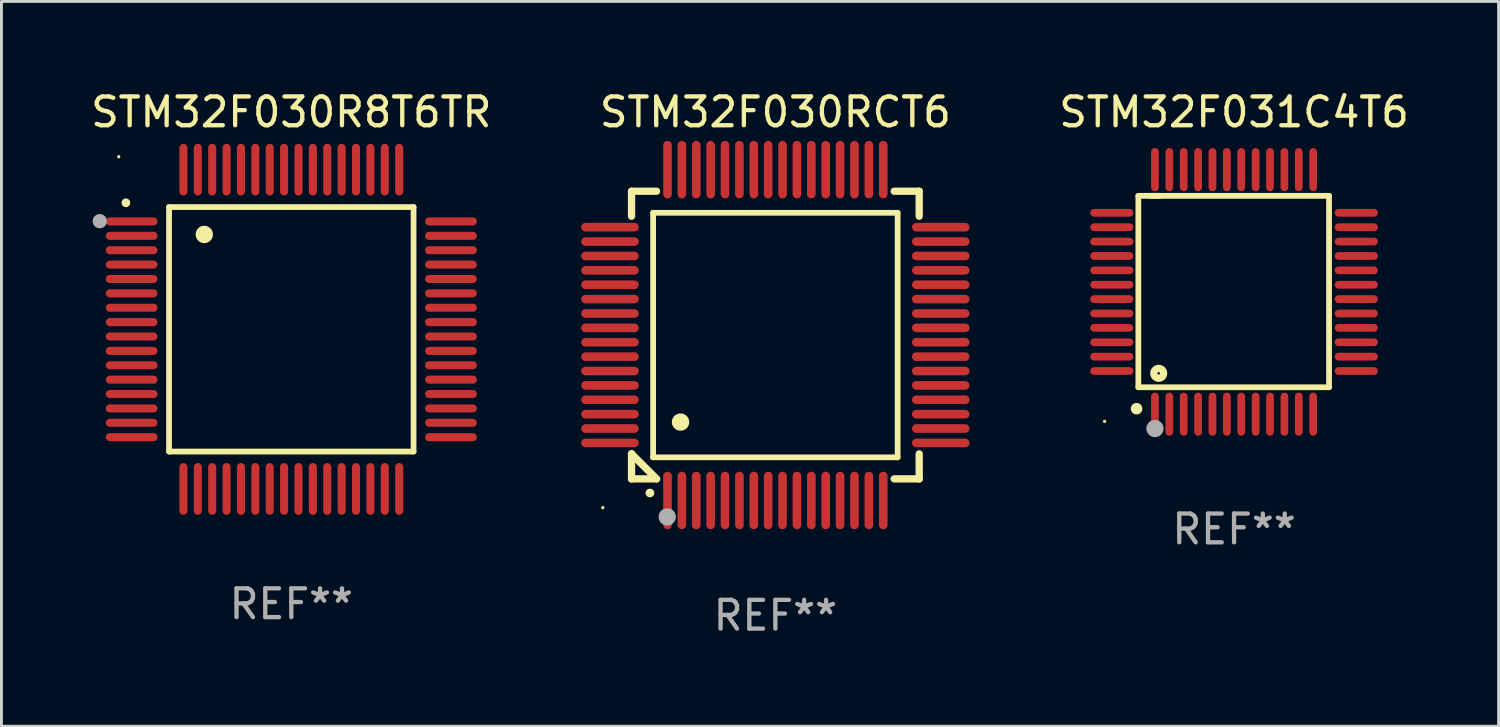
<source format=kicad_pcb>
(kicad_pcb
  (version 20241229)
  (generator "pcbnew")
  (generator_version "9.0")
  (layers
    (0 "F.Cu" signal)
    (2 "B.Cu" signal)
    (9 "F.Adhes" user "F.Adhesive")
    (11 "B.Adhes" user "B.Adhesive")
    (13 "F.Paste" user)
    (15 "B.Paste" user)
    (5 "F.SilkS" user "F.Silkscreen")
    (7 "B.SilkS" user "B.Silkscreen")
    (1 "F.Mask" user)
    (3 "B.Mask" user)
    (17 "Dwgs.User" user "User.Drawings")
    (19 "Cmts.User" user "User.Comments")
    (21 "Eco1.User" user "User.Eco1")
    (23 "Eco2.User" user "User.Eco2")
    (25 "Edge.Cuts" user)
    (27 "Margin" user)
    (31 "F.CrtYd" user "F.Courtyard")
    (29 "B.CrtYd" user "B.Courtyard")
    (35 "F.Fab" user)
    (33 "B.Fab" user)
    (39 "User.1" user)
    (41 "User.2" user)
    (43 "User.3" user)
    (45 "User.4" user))
  (footprint "STM32F030R8T6TR"
    (layer "F.Cu")
    (at 7.077 8.398)
    (property "Reference" "STM32F030R8T6TR" (at 0 -7.55 0) (layer "F.SilkS") (effects (font (size 1 1) (thickness 0.15))))
    (attr through_hole)
    (fp_line (start -4.25 -4.25) (end -4.25 4.25) (stroke (width 0.2) (type solid)) (layer "F.SilkS"))
    (fp_line (start -4.25 4.25) (end 4.25 4.25) (stroke (width 0.2) (type solid)) (layer "F.SilkS"))
    (fp_line (start 4.25 -4.25) (end -4.25 -4.25) (stroke (width 0.2) (type solid)) (layer "F.SilkS"))
    (fp_line (start 4.25 4.25) (end 4.25 -4.25) (stroke (width 0.2) (type solid)) (layer "F.SilkS"))
    (fp_arc (start -5.750572 -4.396749) (mid -5.750577 -4.398019) (end -5.750572 -4.399289) (stroke (width 0.3) (type solid)) (layer "F.SilkS"))
    (fp_arc (start -3.025146 -3.294387) (mid -3.025157 -3.296927) (end -3.025146 -3.299467) (stroke (width 0.6) (type solid)) (layer "F.SilkS"))
    (fp_circle (center -6 -6) (end -5.97 -6) (stroke (width 0.06) (type solid)) (fill no) (layer "F.SilkS"))
    (fp_circle (center -6.66 -3.76) (end -6.535 -3.76) (stroke (width 0.25) (type solid)) (fill no) (layer "F.Fab"))
    (fp_text user "REF**" (at 0 9.55 0) (layer "F.Fab") (effects (font (size 1 1) (thickness 0.15))))
    (pad "1" smd oval (at -5.55 -3.75) (size 1.8 0.28) (layers "F.Cu" "F.Mask" "F.Paste"))
    (pad "2" smd oval (at -5.55 -3.25) (size 1.8 0.28) (layers "F.Cu" "F.Mask" "F.Paste"))
    (pad "3" smd oval (at -5.55 -2.75) (size 1.8 0.28) (layers "F.Cu" "F.Mask" "F.Paste"))
    (pad "4" smd oval (at -5.55 -2.25) (size 1.8 0.28) (layers "F.Cu" "F.Mask" "F.Paste"))
    (pad "5" smd oval (at -5.55 -1.75) (size 1.8 0.28) (layers "F.Cu" "F.Mask" "F.Paste"))
    (pad "6" smd oval (at -5.55 -1.25) (size 1.8 0.28) (layers "F.Cu" "F.Mask" "F.Paste"))
    (pad "7" smd oval (at -5.55 -0.75) (size 1.8 0.28) (layers "F.Cu" "F.Mask" "F.Paste"))
    (pad "8" smd oval (at -5.55 -0.25) (size 1.8 0.28) (layers "F.Cu" "F.Mask" "F.Paste"))
    (pad "9" smd oval (at -5.55 0.25) (size 1.8 0.28) (layers "F.Cu" "F.Mask" "F.Paste"))
    (pad "10" smd oval (at -5.55 0.75) (size 1.8 0.28) (layers "F.Cu" "F.Mask" "F.Paste"))
    (pad "11" smd oval (at -5.55 1.25) (size 1.8 0.28) (layers "F.Cu" "F.Mask" "F.Paste"))
    (pad "12" smd oval (at -5.55 1.75) (size 1.8 0.28) (layers "F.Cu" "F.Mask" "F.Paste"))
    (pad "13" smd oval (at -5.55 2.25) (size 1.8 0.28) (layers "F.Cu" "F.Mask" "F.Paste"))
    (pad "14" smd oval (at -5.55 2.75) (size 1.8 0.28) (layers "F.Cu" "F.Mask" "F.Paste"))
    (pad "15" smd oval (at -5.55 3.25) (size 1.8 0.28) (layers "F.Cu" "F.Mask" "F.Paste"))
    (pad "16" smd oval (at -5.55 3.75) (size 1.8 0.28) (layers "F.Cu" "F.Mask" "F.Paste"))
    (pad "17" smd oval (at -3.75 5.55) (size 0.28 1.8) (layers "F.Cu" "F.Mask" "F.Paste"))
    (pad "18" smd oval (at -3.25 5.55) (size 0.28 1.8) (layers "F.Cu" "F.Mask" "F.Paste"))
    (pad "19" smd oval (at -2.75 5.55) (size 0.28 1.8) (layers "F.Cu" "F.Mask" "F.Paste"))
    (pad "20" smd oval (at -2.25 5.55) (size 0.28 1.8) (layers "F.Cu" "F.Mask" "F.Paste"))
    (pad "21" smd oval (at -1.75 5.55) (size 0.28 1.8) (layers "F.Cu" "F.Mask" "F.Paste"))
    (pad "22" smd oval (at -1.25 5.55) (size 0.28 1.8) (layers "F.Cu" "F.Mask" "F.Paste"))
    (pad "23" smd oval (at -0.75 5.55) (size 0.28 1.8) (layers "F.Cu" "F.Mask" "F.Paste"))
    (pad "24" smd oval (at -0.25 5.55) (size 0.28 1.8) (layers "F.Cu" "F.Mask" "F.Paste"))
    (pad "25" smd oval (at 0.25 5.55) (size 0.28 1.8) (layers "F.Cu" "F.Mask" "F.Paste"))
    (pad "26" smd oval (at 0.75 5.55) (size 0.28 1.8) (layers "F.Cu" "F.Mask" "F.Paste"))
    (pad "27" smd oval (at 1.25 5.55) (size 0.28 1.8) (layers "F.Cu" "F.Mask" "F.Paste"))
    (pad "28" smd oval (at 1.75 5.55) (size 0.28 1.8) (layers "F.Cu" "F.Mask" "F.Paste"))
    (pad "29" smd oval (at 2.25 5.55) (size 0.28 1.8) (layers "F.Cu" "F.Mask" "F.Paste"))
    (pad "30" smd oval (at 2.75 5.55) (size 0.28 1.8) (layers "F.Cu" "F.Mask" "F.Paste"))
    (pad "31" smd oval (at 3.25 5.55) (size 0.28 1.8) (layers "F.Cu" "F.Mask" "F.Paste"))
    (pad "32" smd oval (at 3.75 5.55) (size 0.28 1.8) (layers "F.Cu" "F.Mask" "F.Paste"))
    (pad "33" smd oval (at 5.55 3.75) (size 1.8 0.28) (layers "F.Cu" "F.Mask" "F.Paste"))
    (pad "34" smd oval (at 5.55 3.25) (size 1.8 0.28) (layers "F.Cu" "F.Mask" "F.Paste"))
    (pad "35" smd oval (at 5.55 2.75) (size 1.8 0.28) (layers "F.Cu" "F.Mask" "F.Paste"))
    (pad "36" smd oval (at 5.55 2.25) (size 1.8 0.28) (layers "F.Cu" "F.Mask" "F.Paste"))
    (pad "37" smd oval (at 5.55 1.75) (size 1.8 0.28) (layers "F.Cu" "F.Mask" "F.Paste"))
    (pad "38" smd oval (at 5.55 1.25) (size 1.8 0.28) (layers "F.Cu" "F.Mask" "F.Paste"))
    (pad "39" smd oval (at 5.55 0.75) (size 1.8 0.28) (layers "F.Cu" "F.Mask" "F.Paste"))
    (pad "40" smd oval (at 5.55 0.25) (size 1.8 0.28) (layers "F.Cu" "F.Mask" "F.Paste"))
    (pad "41" smd oval (at 5.55 -0.25) (size 1.8 0.28) (layers "F.Cu" "F.Mask" "F.Paste"))
    (pad "42" smd oval (at 5.55 -0.75) (size 1.8 0.28) (layers "F.Cu" "F.Mask" "F.Paste"))
    (pad "43" smd oval (at 5.55 -1.25) (size 1.8 0.28) (layers "F.Cu" "F.Mask" "F.Paste"))
    (pad "44" smd oval (at 5.55 -1.75) (size 1.8 0.28) (layers "F.Cu" "F.Mask" "F.Paste"))
    (pad "45" smd oval (at 5.55 -2.25) (size 1.8 0.28) (layers "F.Cu" "F.Mask" "F.Paste"))
    (pad "46" smd oval (at 5.55 -2.75) (size 1.8 0.28) (layers "F.Cu" "F.Mask" "F.Paste"))
    (pad "47" smd oval (at 5.55 -3.25) (size 1.8 0.28) (layers "F.Cu" "F.Mask" "F.Paste"))
    (pad "48" smd oval (at 5.55 -3.75) (size 1.8 0.28) (layers "F.Cu" "F.Mask" "F.Paste"))
    (pad "49" smd oval (at 3.75 -5.55) (size 0.28 1.8) (layers "F.Cu" "F.Mask" "F.Paste"))
    (pad "50" smd oval (at 3.25 -5.55) (size 0.28 1.8) (layers "F.Cu" "F.Mask" "F.Paste"))
    (pad "51" smd oval (at 2.75 -5.55) (size 0.28 1.8) (layers "F.Cu" "F.Mask" "F.Paste"))
    (pad "52" smd oval (at 2.25 -5.55) (size 0.28 1.8) (layers "F.Cu" "F.Mask" "F.Paste"))
    (pad "53" smd oval (at 1.75 -5.55) (size 0.28 1.8) (layers "F.Cu" "F.Mask" "F.Paste"))
    (pad "54" smd oval (at 1.25 -5.55) (size 0.28 1.8) (layers "F.Cu" "F.Mask" "F.Paste"))
    (pad "55" smd oval (at 0.75 -5.55) (size 0.28 1.8) (layers "F.Cu" "F.Mask" "F.Paste"))
    (pad "56" smd oval (at 0.25 -5.55) (size 0.28 1.8) (layers "F.Cu" "F.Mask" "F.Paste"))
    (pad "57" smd oval (at -0.25 -5.55) (size 0.28 1.8) (layers "F.Cu" "F.Mask" "F.Paste"))
    (pad "58" smd oval (at -0.75 -5.55) (size 0.28 1.8) (layers "F.Cu" "F.Mask" "F.Paste"))
    (pad "59" smd oval (at -1.25 -5.55) (size 0.28 1.8) (layers "F.Cu" "F.Mask" "F.Paste"))
    (pad "60" smd oval (at -1.75 -5.55) (size 0.28 1.8) (layers "F.Cu" "F.Mask" "F.Paste"))
    (pad "61" smd oval (at -2.25 -5.55) (size 0.28 1.8) (layers "F.Cu" "F.Mask" "F.Paste"))
    (pad "62" smd oval (at -2.75 -5.55) (size 0.28 1.8) (layers "F.Cu" "F.Mask" "F.Paste"))
    (pad "63" smd oval (at -3.25 -5.55) (size 0.28 1.8) (layers "F.Cu" "F.Mask" "F.Paste"))
    (pad "64" smd oval (at -3.75 -5.55) (size 0.28 1.8) (layers "F.Cu" "F.Mask" "F.Paste")))
  (footprint "STM32F030RCT6"
    (layer "F.Cu")
    (at 23.905 8.598)
    (property "Reference" "STM32F030RCT6" (at 0 -7.75 0) (layer "F.SilkS") (effects (font (size 1 1) (thickness 0.15))))
    (attr through_hole)
    (fp_line (start -5 -5) (end -4.131 -5) (stroke (width 0.254) (type solid)) (layer "F.SilkS"))
    (fp_line (start -5 -4.131) (end -5 -5) (stroke (width 0.254) (type solid)) (layer "F.SilkS"))
    (fp_line (start -5 4.131) (end -5 4.131) (stroke (width 0.254) (type solid)) (layer "F.SilkS"))
    (fp_line (start -5 5) (end -5 4.131) (stroke (width 0.254) (type solid)) (layer "F.SilkS"))
    (fp_line (start -5 4.131) (end -4.131 5) (stroke (width 0.254) (type solid)) (layer "F.SilkS"))
    (fp_line (start -4.25 -4.25) (end -4.25 4.25) (stroke (width 0.2) (type solid)) (layer "F.SilkS"))
    (fp_line (start -4.25 4.25) (end 4.25 4.25) (stroke (width 0.2) (type solid)) (layer "F.SilkS"))
    (fp_line (start -4.131 5) (end -5 5) (stroke (width 0.254) (type solid)) (layer "F.SilkS"))
    (fp_line (start 4.25 -4.25) (end -4.25 -4.25) (stroke (width 0.2) (type solid)) (layer "F.SilkS"))
    (fp_line (start 4.25 4.25) (end 4.25 -4.25) (stroke (width 0.2) (type solid)) (layer "F.SilkS"))
    (fp_line (start 5 -5) (end 4.131 -5) (stroke (width 0.254) (type solid)) (layer "F.SilkS"))
    (fp_line (start 5 -5) (end 5 -4.131) (stroke (width 0.254) (type solid)) (layer "F.SilkS"))
    (fp_line (start 5 4.131) (end 5 5) (stroke (width 0.254) (type solid)) (layer "F.SilkS"))
    (fp_line (start 5 5) (end 4.131 5) (stroke (width 0.254) (type solid)) (layer "F.SilkS"))
    (fp_arc (start -4.361265 5.489992) (mid -4.359995 5.489987) (end -4.358725 5.489992) (stroke (width 0.3) (type solid)) (layer "F.SilkS"))
    (fp_arc (start -3.299467 3.025146) (mid -3.296927 3.025135) (end -3.294387 3.025146) (stroke (width 0.6) (type solid)) (layer "F.SilkS"))
    (fp_circle (center -6 6) (end -5.97 6) (stroke (width 0.06) (type solid)) (fill no) (layer "F.SilkS"))
    (fp_circle (center -3.76 6.32) (end -3.61 6.32) (stroke (width 0.3) (type solid)) (fill no) (layer "F.Fab"))
    (fp_text user "REF**" (at 0 9.75 0) (layer "F.Fab") (effects (font (size 1 1) (thickness 0.15))))
    (pad "1" smd oval (at -3.75 5.75) (size 0.3 2) (layers "F.Cu" "F.Mask" "F.Paste"))
    (pad "2" smd oval (at -3.25 5.75) (size 0.3 2) (layers "F.Cu" "F.Mask" "F.Paste"))
    (pad "3" smd oval (at -2.75 5.75) (size 0.3 2) (layers "F.Cu" "F.Mask" "F.Paste"))
    (pad "4" smd oval (at -2.25 5.75) (size 0.3 2) (layers "F.Cu" "F.Mask" "F.Paste"))
    (pad "5" smd oval (at -1.75 5.75) (size 0.3 2) (layers "F.Cu" "F.Mask" "F.Paste"))
    (pad "6" smd oval (at -1.25 5.75) (size 0.3 2) (layers "F.Cu" "F.Mask" "F.Paste"))
    (pad "7" smd oval (at -0.75 5.75) (size 0.3 2) (layers "F.Cu" "F.Mask" "F.Paste"))
    (pad "8" smd oval (at -0.25 5.75) (size 0.3 2) (layers "F.Cu" "F.Mask" "F.Paste"))
    (pad "9" smd oval (at 0.25 5.75) (size 0.3 2) (layers "F.Cu" "F.Mask" "F.Paste"))
    (pad "10" smd oval (at 0.75 5.75) (size 0.3 2) (layers "F.Cu" "F.Mask" "F.Paste"))
    (pad "11" smd oval (at 1.25 5.75) (size 0.3 2) (layers "F.Cu" "F.Mask" "F.Paste"))
    (pad "12" smd oval (at 1.75 5.75) (size 0.3 2) (layers "F.Cu" "F.Mask" "F.Paste"))
    (pad "13" smd oval (at 2.25 5.75) (size 0.3 2) (layers "F.Cu" "F.Mask" "F.Paste"))
    (pad "14" smd oval (at 2.75 5.75) (size 0.3 2) (layers "F.Cu" "F.Mask" "F.Paste"))
    (pad "15" smd oval (at 3.25 5.75) (size 0.3 2) (layers "F.Cu" "F.Mask" "F.Paste"))
    (pad "16" smd oval (at 3.75 5.75) (size 0.3 2) (layers "F.Cu" "F.Mask" "F.Paste"))
    (pad "17" smd oval (at 5.75 3.75) (size 2 0.3) (layers "F.Cu" "F.Mask" "F.Paste"))
    (pad "18" smd oval (at 5.75 3.25) (size 2 0.3) (layers "F.Cu" "F.Mask" "F.Paste"))
    (pad "19" smd oval (at 5.75 2.75) (size 2 0.3) (layers "F.Cu" "F.Mask" "F.Paste"))
    (pad "20" smd oval (at 5.75 2.25) (size 2 0.3) (layers "F.Cu" "F.Mask" "F.Paste"))
    (pad "21" smd oval (at 5.75 1.75) (size 2 0.3) (layers "F.Cu" "F.Mask" "F.Paste"))
    (pad "22" smd oval (at 5.75 1.25) (size 2 0.3) (layers "F.Cu" "F.Mask" "F.Paste"))
    (pad "23" smd oval (at 5.75 0.75) (size 2 0.3) (layers "F.Cu" "F.Mask" "F.Paste"))
    (pad "24" smd oval (at 5.75 0.25) (size 2 0.3) (layers "F.Cu" "F.Mask" "F.Paste"))
    (pad "25" smd oval (at 5.75 -0.25) (size 2 0.3) (layers "F.Cu" "F.Mask" "F.Paste"))
    (pad "26" smd oval (at 5.75 -0.75) (size 2 0.3) (layers "F.Cu" "F.Mask" "F.Paste"))
    (pad "27" smd oval (at 5.75 -1.25) (size 2 0.3) (layers "F.Cu" "F.Mask" "F.Paste"))
    (pad "28" smd oval (at 5.75 -1.75) (size 2 0.3) (layers "F.Cu" "F.Mask" "F.Paste"))
    (pad "29" smd oval (at 5.75 -2.25) (size 2 0.3) (layers "F.Cu" "F.Mask" "F.Paste"))
    (pad "30" smd oval (at 5.75 -2.75) (size 2 0.3) (layers "F.Cu" "F.Mask" "F.Paste"))
    (pad "31" smd oval (at 5.75 -3.25) (size 2 0.3) (layers "F.Cu" "F.Mask" "F.Paste"))
    (pad "32" smd oval (at 5.75 -3.75) (size 2 0.3) (layers "F.Cu" "F.Mask" "F.Paste"))
    (pad "33" smd oval (at 3.75 -5.75) (size 0.3 2) (layers "F.Cu" "F.Mask" "F.Paste"))
    (pad "34" smd oval (at 3.25 -5.75) (size 0.3 2) (layers "F.Cu" "F.Mask" "F.Paste"))
    (pad "35" smd oval (at 2.75 -5.75) (size 0.3 2) (layers "F.Cu" "F.Mask" "F.Paste"))
    (pad "36" smd oval (at 2.25 -5.75) (size 0.3 2) (layers "F.Cu" "F.Mask" "F.Paste"))
    (pad "37" smd oval (at 1.75 -5.75) (size 0.3 2) (layers "F.Cu" "F.Mask" "F.Paste"))
    (pad "38" smd oval (at 1.25 -5.75) (size 0.3 2) (layers "F.Cu" "F.Mask" "F.Paste"))
    (pad "39" smd oval (at 0.75 -5.75) (size 0.3 2) (layers "F.Cu" "F.Mask" "F.Paste"))
    (pad "40" smd oval (at 0.25 -5.75) (size 0.3 2) (layers "F.Cu" "F.Mask" "F.Paste"))
    (pad "41" smd oval (at -0.25 -5.75) (size 0.3 2) (layers "F.Cu" "F.Mask" "F.Paste"))
    (pad "42" smd oval (at -0.75 -5.75) (size 0.3 2) (layers "F.Cu" "F.Mask" "F.Paste"))
    (pad "43" smd oval (at -1.25 -5.75) (size 0.3 2) (layers "F.Cu" "F.Mask" "F.Paste"))
    (pad "44" smd oval (at -1.75 -5.75) (size 0.3 2) (layers "F.Cu" "F.Mask" "F.Paste"))
    (pad "45" smd oval (at -2.25 -5.75) (size 0.3 2) (layers "F.Cu" "F.Mask" "F.Paste"))
    (pad "46" smd oval (at -2.75 -5.75) (size 0.3 2) (layers "F.Cu" "F.Mask" "F.Paste"))
    (pad "47" smd oval (at -3.25 -5.75) (size 0.3 2) (layers "F.Cu" "F.Mask" "F.Paste"))
    (pad "48" smd oval (at -3.75 -5.75) (size 0.3 2) (layers "F.Cu" "F.Mask" "F.Paste"))
    (pad "49" smd oval (at -5.75 -3.75) (size 2 0.3) (layers "F.Cu" "F.Mask" "F.Paste"))
    (pad "50" smd oval (at -5.75 -3.25) (size 2 0.3) (layers "F.Cu" "F.Mask" "F.Paste"))
    (pad "51" smd oval (at -5.75 -2.75) (size 2 0.3) (layers "F.Cu" "F.Mask" "F.Paste"))
    (pad "52" smd oval (at -5.75 -2.25) (size 2 0.3) (layers "F.Cu" "F.Mask" "F.Paste"))
    (pad "53" smd oval (at -5.75 -1.75) (size 2 0.3) (layers "F.Cu" "F.Mask" "F.Paste"))
    (pad "54" smd oval (at -5.75 -1.25) (size 2 0.3) (layers "F.Cu" "F.Mask" "F.Paste"))
    (pad "55" smd oval (at -5.75 -0.75) (size 2 0.3) (layers "F.Cu" "F.Mask" "F.Paste"))
    (pad "56" smd oval (at -5.75 -0.25) (size 2 0.3) (layers "F.Cu" "F.Mask" "F.Paste"))
    (pad "57" smd oval (at -5.75 0.25) (size 2 0.3) (layers "F.Cu" "F.Mask" "F.Paste"))
    (pad "58" smd oval (at -5.75 0.75) (size 2 0.3) (layers "F.Cu" "F.Mask" "F.Paste"))
    (pad "59" smd oval (at -5.75 1.25) (size 2 0.3) (layers "F.Cu" "F.Mask" "F.Paste"))
    (pad "60" smd oval (at -5.75 1.75) (size 2 0.3) (layers "F.Cu" "F.Mask" "F.Paste"))
    (pad "61" smd oval (at -5.75 2.25) (size 2 0.3) (layers "F.Cu" "F.Mask" "F.Paste"))
    (pad "62" smd oval (at -5.75 2.75) (size 2 0.3) (layers "F.Cu" "F.Mask" "F.Paste"))
    (pad "63" smd oval (at -5.75 3.25) (size 2 0.3) (layers "F.Cu" "F.Mask" "F.Paste"))
    (pad "64" smd oval (at -5.75 3.75) (size 2 0.3) (layers "F.Cu" "F.Mask" "F.Paste")))
  (footprint "STM32F031C4T6"
    (layer "F.Cu")
    (at 39.851 7.098)
    (property "Reference" "STM32F031C4T6" (at 0 -6.25 0) (layer "F.SilkS") (effects (font (size 1 1) (thickness 0.15))))
    (attr through_hole)
    (fp_line (start -3.327 -3.34) (end -2.565 -3.34) (stroke (width 0.2) (type solid)) (layer "F.SilkS"))
    (fp_line (start -3.327 3.315) (end -3.327 -3.34) (stroke (width 0.2) (type solid)) (layer "F.SilkS"))
    (fp_line (start -2.896 -3.34) (end 3.302 -3.34) (stroke (width 0.2) (type solid)) (layer "F.SilkS"))
    (fp_line (start 3.302 -3.34) (end 3.302 3.315) (stroke (width 0.2) (type solid)) (layer "F.SilkS"))
    (fp_line (start 3.302 3.315) (end -3.327 3.315) (stroke (width 0.2) (type solid)) (layer "F.SilkS"))
    (fp_arc (start -3.389992 4.059995) (mid -3.388722 4.059991) (end -3.387452 4.059995) (stroke (width 0.4) (type solid)) (layer "F.SilkS"))
    (fp_circle (center -4.5 4.5) (end -4.47 4.5) (stroke (width 0.06) (type solid)) (fill no) (layer "F.SilkS"))
    (fp_circle (center -2.62 2.83) (end -2.45 2.83) (stroke (width 0.254) (type solid)) (fill no) (layer "F.SilkS"))
    (fp_circle (center -2.75 4.75) (end -2.6 4.75) (stroke (width 0.3) (type solid)) (fill no) (layer "F.Fab"))
    (fp_text user "REF**" (at 0 8.25 0) (layer "F.Fab") (effects (font (size 1 1) (thickness 0.15))))
    (pad "1" smd oval (at -2.75 4.25) (size 0.27 1.5) (layers "F.Cu" "F.Mask" "F.Paste"))
    (pad "2" smd oval (at -2.25 4.25) (size 0.27 1.5) (layers "F.Cu" "F.Mask" "F.Paste"))
    (pad "3" smd oval (at -1.75 4.25) (size 0.27 1.5) (layers "F.Cu" "F.Mask" "F.Paste"))
    (pad "4" smd oval (at -1.25 4.25) (size 0.27 1.5) (layers "F.Cu" "F.Mask" "F.Paste"))
    (pad "5" smd oval (at -0.75 4.25) (size 0.27 1.5) (layers "F.Cu" "F.Mask" "F.Paste"))
    (pad "6" smd oval (at -0.25 4.25) (size 0.27 1.5) (layers "F.Cu" "F.Mask" "F.Paste"))
    (pad "7" smd oval (at 0.25 4.25) (size 0.27 1.5) (layers "F.Cu" "F.Mask" "F.Paste"))
    (pad "8" smd oval (at 0.75 4.25) (size 0.27 1.5) (layers "F.Cu" "F.Mask" "F.Paste"))
    (pad "9" smd oval (at 1.25 4.25) (size 0.27 1.5) (layers "F.Cu" "F.Mask" "F.Paste"))
    (pad "10" smd oval (at 1.75 4.25) (size 0.27 1.5) (layers "F.Cu" "F.Mask" "F.Paste"))
    (pad "11" smd oval (at 2.25 4.25) (size 0.27 1.5) (layers "F.Cu" "F.Mask" "F.Paste"))
    (pad "12" smd oval (at 2.75 4.25) (size 0.27 1.5) (layers "F.Cu" "F.Mask" "F.Paste"))
    (pad "13" smd oval (at 4.25 2.75) (size 1.5 0.27) (layers "F.Cu" "F.Mask" "F.Paste"))
    (pad "14" smd oval (at 4.25 2.25) (size 1.5 0.27) (layers "F.Cu" "F.Mask" "F.Paste"))
    (pad "15" smd oval (at 4.25 1.75) (size 1.5 0.27) (layers "F.Cu" "F.Mask" "F.Paste"))
    (pad "16" smd oval (at 4.25 1.25) (size 1.5 0.27) (layers "F.Cu" "F.Mask" "F.Paste"))
    (pad "17" smd oval (at 4.25 0.75) (size 1.5 0.27) (layers "F.Cu" "F.Mask" "F.Paste"))
    (pad "18" smd oval (at 4.25 0.25) (size 1.5 0.27) (layers "F.Cu" "F.Mask" "F.Paste"))
    (pad "19" smd oval (at 4.25 -0.25) (size 1.5 0.27) (layers "F.Cu" "F.Mask" "F.Paste"))
    (pad "20" smd oval (at 4.25 -0.75) (size 1.5 0.27) (layers "F.Cu" "F.Mask" "F.Paste"))
    (pad "21" smd oval (at 4.25 -1.25) (size 1.5 0.27) (layers "F.Cu" "F.Mask" "F.Paste"))
    (pad "22" smd oval (at 4.25 -1.75) (size 1.5 0.27) (layers "F.Cu" "F.Mask" "F.Paste"))
    (pad "23" smd oval (at 4.25 -2.25) (size 1.5 0.27) (layers "F.Cu" "F.Mask" "F.Paste"))
    (pad "24" smd oval (at 4.25 -2.75) (size 1.5 0.27) (layers "F.Cu" "F.Mask" "F.Paste"))
    (pad "25" smd oval (at 2.75 -4.25) (size 0.27 1.5) (layers "F.Cu" "F.Mask" "F.Paste"))
    (pad "26" smd oval (at 2.25 -4.25) (size 0.27 1.5) (layers "F.Cu" "F.Mask" "F.Paste"))
    (pad "27" smd oval (at 1.75 -4.25) (size 0.27 1.5) (layers "F.Cu" "F.Mask" "F.Paste"))
    (pad "28" smd oval (at 1.25 -4.25) (size 0.27 1.5) (layers "F.Cu" "F.Mask" "F.Paste"))
    (pad "29" smd oval (at 0.75 -4.25) (size 0.27 1.5) (layers "F.Cu" "F.Mask" "F.Paste"))
    (pad "30" smd oval (at 0.25 -4.25) (size 0.27 1.5) (layers "F.Cu" "F.Mask" "F.Paste"))
    (pad "31" smd oval (at -0.25 -4.25) (size 0.27 1.5) (layers "F.Cu" "F.Mask" "F.Paste"))
    (pad "32" smd oval (at -0.75 -4.25) (size 0.27 1.5) (layers "F.Cu" "F.Mask" "F.Paste"))
    (pad "33" smd oval (at -1.25 -4.25) (size 0.27 1.5) (layers "F.Cu" "F.Mask" "F.Paste"))
    (pad "34" smd oval (at -1.75 -4.25) (size 0.27 1.5) (layers "F.Cu" "F.Mask" "F.Paste"))
    (pad "35" smd oval (at -2.25 -4.25) (size 0.27 1.5) (layers "F.Cu" "F.Mask" "F.Paste"))
    (pad "36" smd oval (at -2.75 -4.25) (size 0.27 1.5) (layers "F.Cu" "F.Mask" "F.Paste"))
    (pad "37" smd oval (at -4.25 -2.75) (size 1.5 0.27) (layers "F.Cu" "F.Mask" "F.Paste"))
    (pad "38" smd oval (at -4.25 -2.25) (size 1.5 0.27) (layers "F.Cu" "F.Mask" "F.Paste"))
    (pad "39" smd oval (at -4.25 -1.75) (size 1.5 0.27) (layers "F.Cu" "F.Mask" "F.Paste"))
    (pad "40" smd oval (at -4.25 -1.25) (size 1.5 0.27) (layers "F.Cu" "F.Mask" "F.Paste"))
    (pad "41" smd oval (at -4.25 -0.75) (size 1.5 0.27) (layers "F.Cu" "F.Mask" "F.Paste"))
    (pad "42" smd oval (at -4.25 -0.25) (size 1.5 0.27) (layers "F.Cu" "F.Mask" "F.Paste"))
    (pad "43" smd oval (at -4.25 0.25) (size 1.5 0.27) (layers "F.Cu" "F.Mask" "F.Paste"))
    (pad "44" smd oval (at -4.25 0.75) (size 1.5 0.27) (layers "F.Cu" "F.Mask" "F.Paste"))
    (pad "45" smd oval (at -4.25 1.25) (size 1.5 0.27) (layers "F.Cu" "F.Mask" "F.Paste"))
    (pad "46" smd oval (at -4.25 1.75) (size 1.5 0.27) (layers "F.Cu" "F.Mask" "F.Paste"))
    (pad "47" smd oval (at -4.25 2.25) (size 1.5 0.27) (layers "F.Cu" "F.Mask" "F.Paste"))
    (pad "48" smd oval (at -4.25 2.75) (size 1.5 0.27) (layers "F.Cu" "F.Mask" "F.Paste")))
  (gr_rect
    (start -3 -3)
    (end 49.047 22.196)
    (stroke (width 0.1) (type default))
    (fill no)
    (layer "Edge.Cuts")))
</source>
